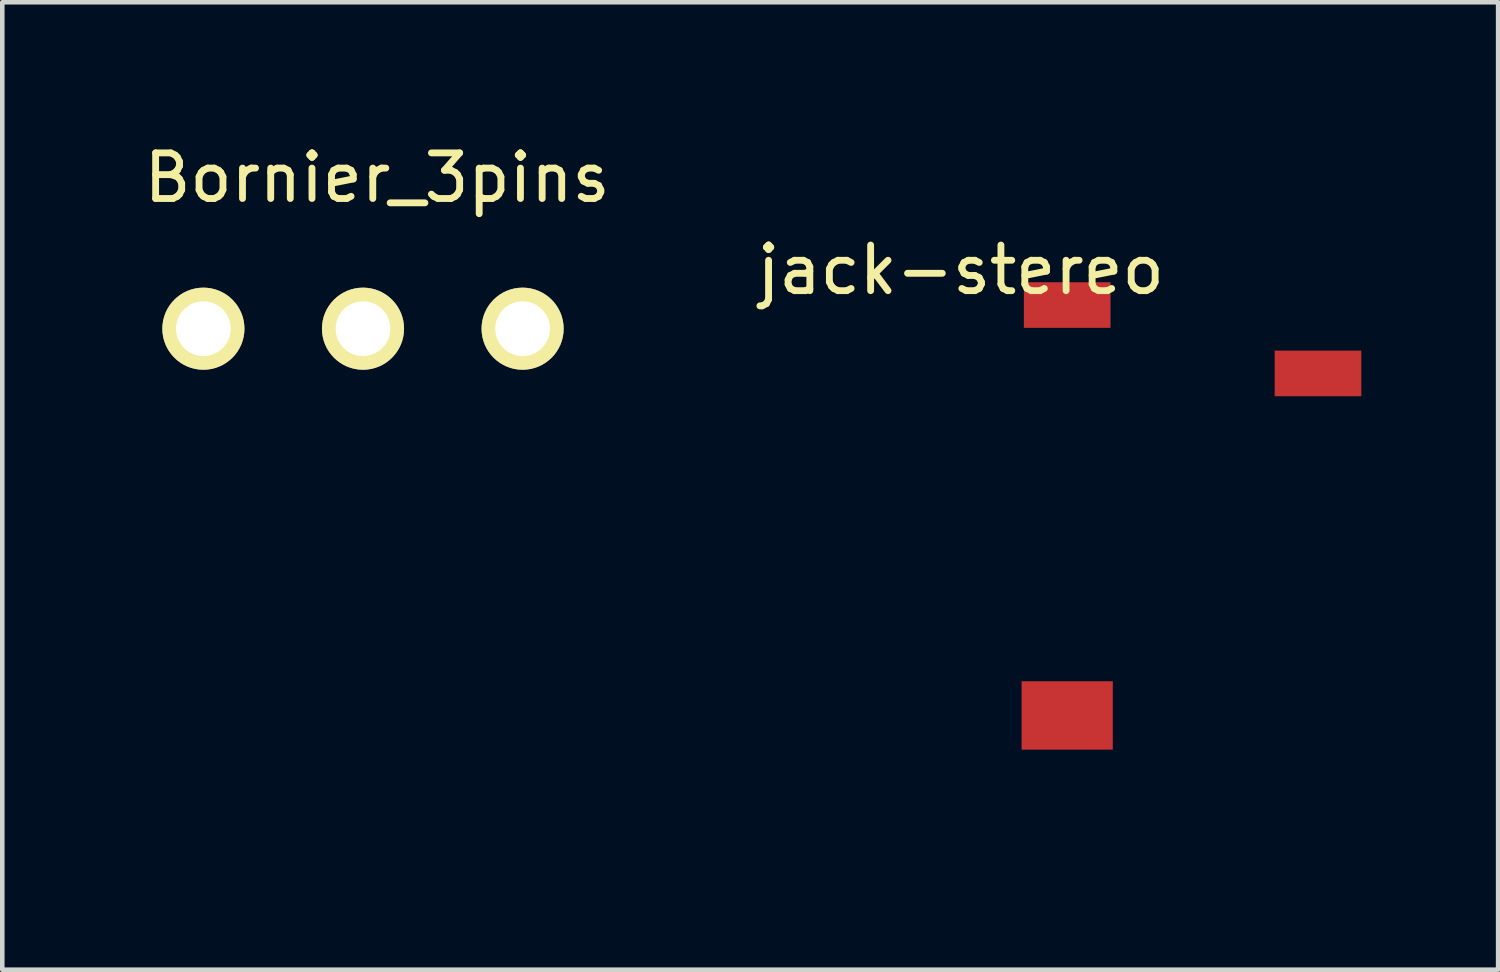
<source format=kicad_pcb>
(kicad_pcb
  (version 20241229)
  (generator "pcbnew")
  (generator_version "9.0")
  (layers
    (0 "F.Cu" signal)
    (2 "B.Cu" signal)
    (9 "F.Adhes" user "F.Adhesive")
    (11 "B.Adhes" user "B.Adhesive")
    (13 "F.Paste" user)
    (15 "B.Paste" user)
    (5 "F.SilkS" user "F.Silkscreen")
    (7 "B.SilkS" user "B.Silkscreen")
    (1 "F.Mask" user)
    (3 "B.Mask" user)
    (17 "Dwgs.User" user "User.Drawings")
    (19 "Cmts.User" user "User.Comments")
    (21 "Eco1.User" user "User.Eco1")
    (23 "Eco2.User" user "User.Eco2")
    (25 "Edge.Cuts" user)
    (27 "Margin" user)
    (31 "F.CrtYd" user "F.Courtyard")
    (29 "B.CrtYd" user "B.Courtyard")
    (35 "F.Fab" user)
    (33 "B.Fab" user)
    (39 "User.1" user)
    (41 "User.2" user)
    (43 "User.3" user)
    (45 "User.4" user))
  (footprint "Bornier_3pins"
    (layer "F.Cu")
    (at 5.22 0.348)
    (property "Reference" "Bornier_3pins" (at 0 0.5 0) (layer "F.SilkS") (effects (font (size 1 1) (thickness 0.15))))
    (attr through_hole)
    (pad "1" thru_hole circle (at -3.81 3.81) (size 1.8 1.8) (drill 1.2) (layers "*.Cu" "*.Mask" "F.SilkS"))
    (pad "2" thru_hole circle (at -0.31 3.81) (size 1.8 1.8) (drill 1.2) (layers "*.Cu" "*.Mask" "F.SilkS"))
    (pad "3" thru_hole circle (at 3.19 3.81) (size 1.8 1.8) (drill 1.2) (layers "*.Cu" "*.Mask" "F.SilkS")))
  (footprint "jack-stereo"
    (layer "F.Cu")
    (at 23.352 4.139)
    (property "Reference" "jack-stereo" (at -5.334 -1.27 0) (layer "F.SilkS") (effects (font (size 1 1) (thickness 0.15))))
    (attr through_hole)
    (fp_line (start -2.032 -3) (end 1.524 -3) (stroke (width 0.15) (type solid)) (layer "B.Paste"))
    (fp_line (start -2.032 11) (end -2.032 -3) (stroke (width 0.15) (type solid)) (layer "B.Paste"))
    (fp_line (start -1.532 -4.064) (end 1.016 -4.064) (stroke (width 0.15) (type solid)) (layer "B.Paste"))
    (fp_line (start -1.524 -3.048) (end -1.524 -4.064) (stroke (width 0.15) (type solid)) (layer "B.Paste"))
    (fp_line (start 1.016 -4.064) (end 1.016 -3.048) (stroke (width 0.15) (type solid)) (layer "B.Paste"))
    (fp_line (start 1.524 -3) (end 1.524 11) (stroke (width 0.15) (type solid)) (layer "B.Paste"))
    (fp_line (start 1.524 11) (end -2.032 11) (stroke (width 0.15) (type solid)) (layer "B.Paste"))
    (pad "1" smd rect (at -3 8.5) (size 2 1.5) (layers "F.Cu" "F.Mask" "F.Paste"))
    (pad "2" smd rect (at 2.5 1) (size 1.9 1) (layers "F.Cu" "F.Mask" "F.Paste"))
    (pad "3" smd rect (at -3 -0.5) (size 1.9 1) (layers "F.Cu" "F.Mask" "F.Paste")))
  (gr_rect
    (start -3 -3)
    (end 29.802 18.214)
    (stroke (width 0.1) (type default))
    (fill no)
    (layer "Edge.Cuts")))
</source>
